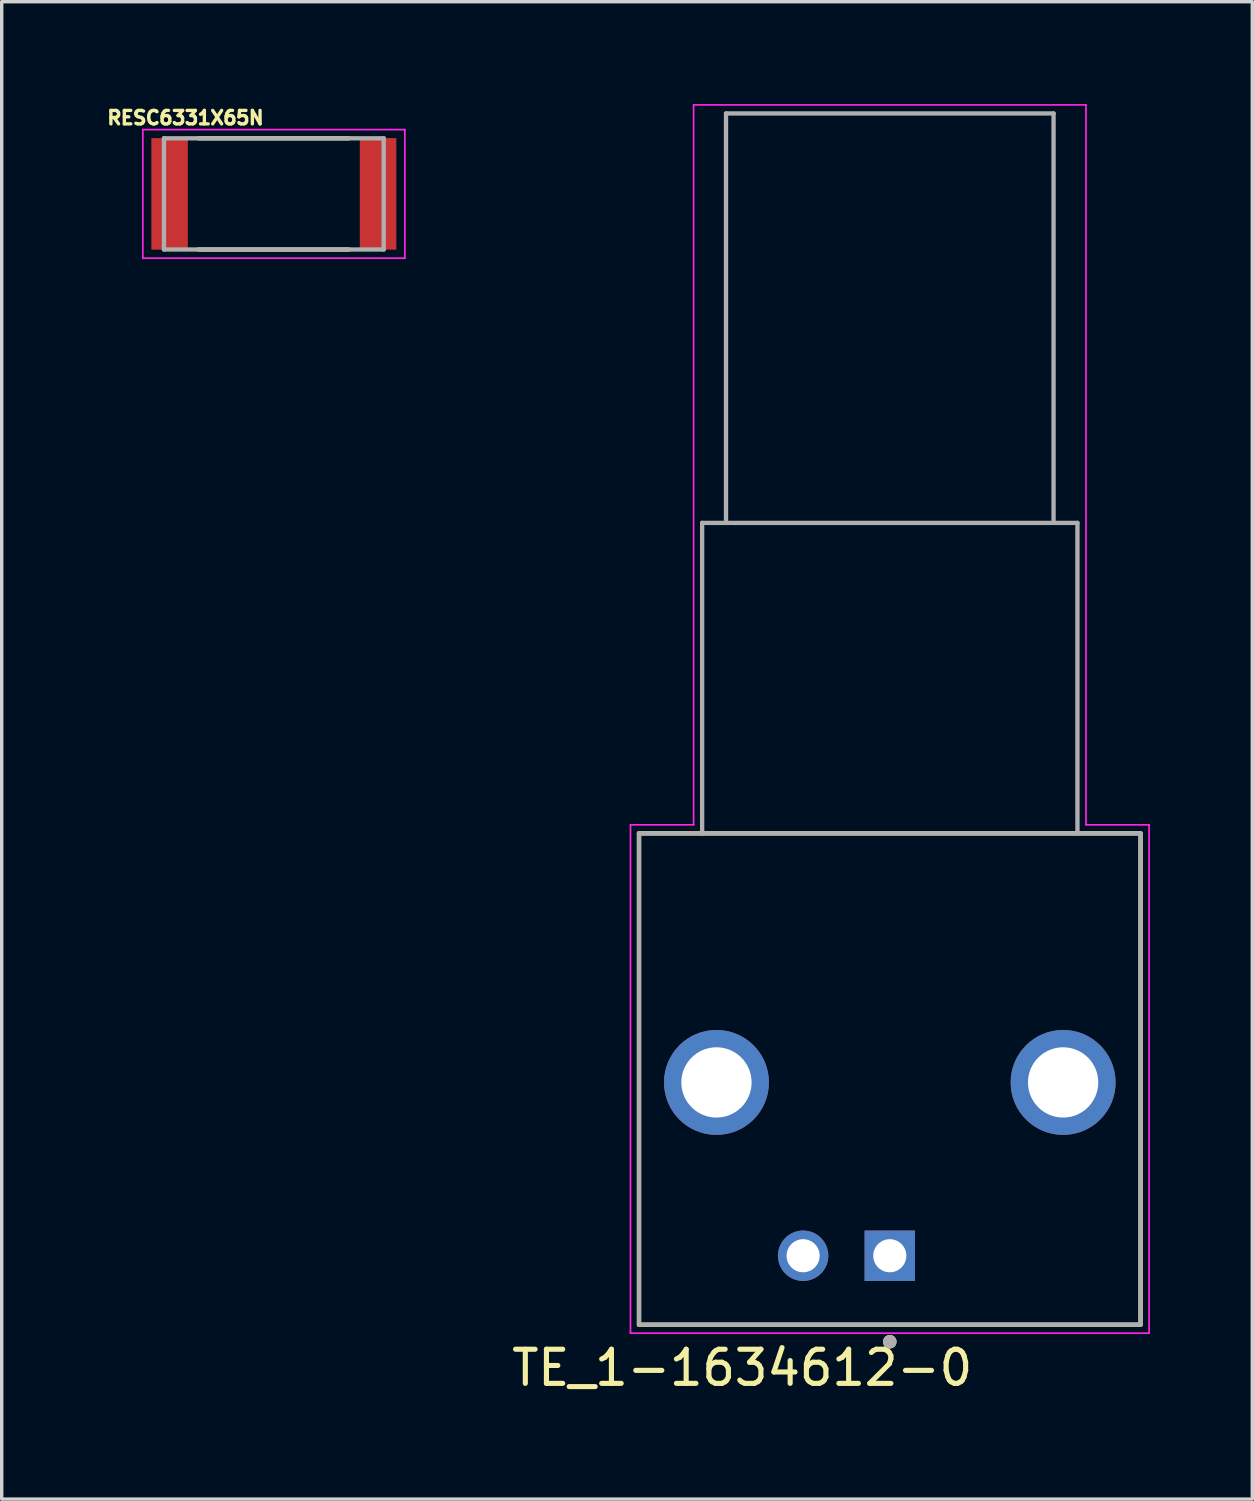
<source format=kicad_pcb>
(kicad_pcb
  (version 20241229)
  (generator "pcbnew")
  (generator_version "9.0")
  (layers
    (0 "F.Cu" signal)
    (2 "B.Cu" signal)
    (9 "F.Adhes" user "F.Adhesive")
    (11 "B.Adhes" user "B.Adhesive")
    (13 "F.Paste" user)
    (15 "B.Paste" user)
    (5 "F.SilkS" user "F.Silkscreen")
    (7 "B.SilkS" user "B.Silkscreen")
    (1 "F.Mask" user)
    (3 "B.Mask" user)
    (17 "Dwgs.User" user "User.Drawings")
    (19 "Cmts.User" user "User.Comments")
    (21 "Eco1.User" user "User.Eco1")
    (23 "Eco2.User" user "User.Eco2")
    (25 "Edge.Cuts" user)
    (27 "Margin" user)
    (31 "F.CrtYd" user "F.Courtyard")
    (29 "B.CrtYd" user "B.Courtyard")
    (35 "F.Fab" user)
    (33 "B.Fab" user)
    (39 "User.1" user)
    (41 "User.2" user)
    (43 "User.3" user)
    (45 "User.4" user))
  (footprint "TE_1-1634612-0"
    (layer "F.Cu")
    (at 23.029 28.675)
    (property "Reference" "TE_1-1634612-0" (at -4.325 8.365 0) (layer "F.SilkS") (effects (font (size 1 1) (thickness 0.15))))
    (attr through_hole)
    (fp_line (start -7.35 -7.3) (end 7.35 -7.3) (stroke (width 0.127) (type solid)) (layer "F.SilkS"))
    (fp_line (start -7.35 7.1) (end -7.35 -7.3) (stroke (width 0.127) (type solid)) (layer "F.SilkS"))
    (fp_line (start -7.35 7.1) (end 7.35 7.1) (stroke (width 0.127) (type solid)) (layer "F.SilkS"))
    (fp_line (start 7.35 -7.3) (end 7.35 7.1) (stroke (width 0.127) (type solid)) (layer "F.SilkS"))
    (fp_circle (center 0 7.6) (end 0.1 7.6) (stroke (width 0.2) (type solid)) (fill no) (layer "F.SilkS"))
    (fp_line (start -7.6 -7.55) (end -7.6 7.35) (stroke (width 0.05) (type solid)) (layer "F.CrtYd"))
    (fp_line (start -7.6 7.35) (end 7.6 7.35) (stroke (width 0.05) (type solid)) (layer "F.CrtYd"))
    (fp_line (start -5.75 -28.65) (end -5.75 -7.55) (stroke (width 0.05) (type solid)) (layer "F.CrtYd"))
    (fp_line (start -5.75 -7.55) (end -7.6 -7.55) (stroke (width 0.05) (type solid)) (layer "F.CrtYd"))
    (fp_line (start 5.75 -28.65) (end -5.75 -28.65) (stroke (width 0.05) (type solid)) (layer "F.CrtYd"))
    (fp_line (start 5.75 -7.55) (end 5.75 -28.65) (stroke (width 0.05) (type solid)) (layer "F.CrtYd"))
    (fp_line (start 7.6 -7.55) (end 5.75 -7.55) (stroke (width 0.05) (type solid)) (layer "F.CrtYd"))
    (fp_line (start 7.6 7.35) (end 7.6 -7.55) (stroke (width 0.05) (type solid)) (layer "F.CrtYd"))
    (fp_line (start -7.35 -7.3) (end -5.5 -7.3) (stroke (width 0.127) (type solid)) (layer "F.Fab"))
    (fp_line (start -7.35 7.1) (end -7.35 -7.3) (stroke (width 0.127) (type solid)) (layer "F.Fab"))
    (fp_line (start -5.5 -16.4) (end -4.8 -16.4) (stroke (width 0.127) (type solid)) (layer "F.Fab"))
    (fp_line (start -5.5 -7.3) (end -5.5 -16.4) (stroke (width 0.127) (type solid)) (layer "F.Fab"))
    (fp_line (start -5.5 -7.3) (end 5.5 -7.3) (stroke (width 0.127) (type solid)) (layer "F.Fab"))
    (fp_line (start -4.8 -28.4) (end 4.8 -28.4) (stroke (width 0.127) (type solid)) (layer "F.Fab"))
    (fp_line (start -4.8 -16.4) (end -4.8 -28.4) (stroke (width 0.127) (type solid)) (layer "F.Fab"))
    (fp_line (start -4.8 -16.4) (end 4.8 -16.4) (stroke (width 0.127) (type solid)) (layer "F.Fab"))
    (fp_line (start 4.8 -28.4) (end 4.8 -16.4) (stroke (width 0.127) (type solid)) (layer "F.Fab"))
    (fp_line (start 4.8 -16.4) (end 5.5 -16.4) (stroke (width 0.127) (type solid)) (layer "F.Fab"))
    (fp_line (start 5.5 -16.4) (end 5.5 -7.3) (stroke (width 0.127) (type solid)) (layer "F.Fab"))
    (fp_line (start 5.5 -7.3) (end 7.35 -7.3) (stroke (width 0.127) (type solid)) (layer "F.Fab"))
    (fp_line (start 7.35 -7.3) (end 7.35 7.1) (stroke (width 0.127) (type solid)) (layer "F.Fab"))
    (fp_line (start 7.35 7.1) (end -7.35 7.1) (stroke (width 0.127) (type solid)) (layer "F.Fab"))
    (fp_circle (center 0 7.6) (end 0.1 7.6) (stroke (width 0.2) (type solid)) (fill no) (layer "F.Fab"))
    (pad "1" thru_hole rect (at 0 5.08) (size 1.478 1.478) (drill 0.97) (layers "*.Cu" "*.Mask"))
    (pad "2" thru_hole circle (at -2.54 5.08) (size 1.478 1.478) (drill 0.97) (layers "*.Cu" "*.Mask"))
    (pad "S1" thru_hole circle (at -5.08 0) (size 3.076 3.076) (drill 2.06) (layers "*.Cu" "*.Mask"))
    (pad "S2" thru_hole circle (at 5.08 0) (size 3.076 3.076) (drill 2.06) (layers "*.Cu" "*.Mask")))
  (footprint "RESC6331X65N"
    (layer "F.Cu")
    (at 4.976 2.633)
    (property "Reference" "RESC6331X65N" (at -2.59 -2.23 0) (layer "F.SilkS") (effects (font (size 0.394 0.394) (thickness 0.15))))
    (attr through_hole)
    (fp_line (start -2.2 -1.63) (end 2.2 -1.63) (stroke (width 0.127) (type solid)) (layer "F.SilkS"))
    (fp_line (start -2.2 1.63) (end 2.2 1.63) (stroke (width 0.127) (type solid)) (layer "F.SilkS"))
    (fp_line (start -3.84 -1.885) (end 3.84 -1.885) (stroke (width 0.05) (type solid)) (layer "F.CrtYd"))
    (fp_line (start -3.84 1.885) (end -3.84 -1.885) (stroke (width 0.05) (type solid)) (layer "F.CrtYd"))
    (fp_line (start -3.84 1.885) (end 3.84 1.885) (stroke (width 0.05) (type solid)) (layer "F.CrtYd"))
    (fp_line (start 3.84 1.885) (end 3.84 -1.885) (stroke (width 0.05) (type solid)) (layer "F.CrtYd"))
    (fp_line (start -3.22 1.63) (end -3.22 -1.63) (stroke (width 0.127) (type solid)) (layer "F.Fab"))
    (fp_line (start 3.22 -1.63) (end -3.22 -1.63) (stroke (width 0.127) (type solid)) (layer "F.Fab"))
    (fp_line (start 3.22 1.63) (end -3.22 1.63) (stroke (width 0.127) (type solid)) (layer "F.Fab"))
    (fp_line (start 3.22 1.63) (end 3.22 -1.63) (stroke (width 0.127) (type solid)) (layer "F.Fab"))
    (pad "1" smd rect (at -3.055 0) (size 1.07 3.27) (layers "F.Cu" "F.Mask" "F.Paste"))
    (pad "2" smd rect (at 3.055 0) (size 1.07 3.27) (layers "F.Cu" "F.Mask" "F.Paste")))
  (gr_rect
    (start -3 -3)
    (end 33.654 40.888)
    (stroke (width 0.1) (type default))
    (fill no)
    (layer "Edge.Cuts")))
</source>
